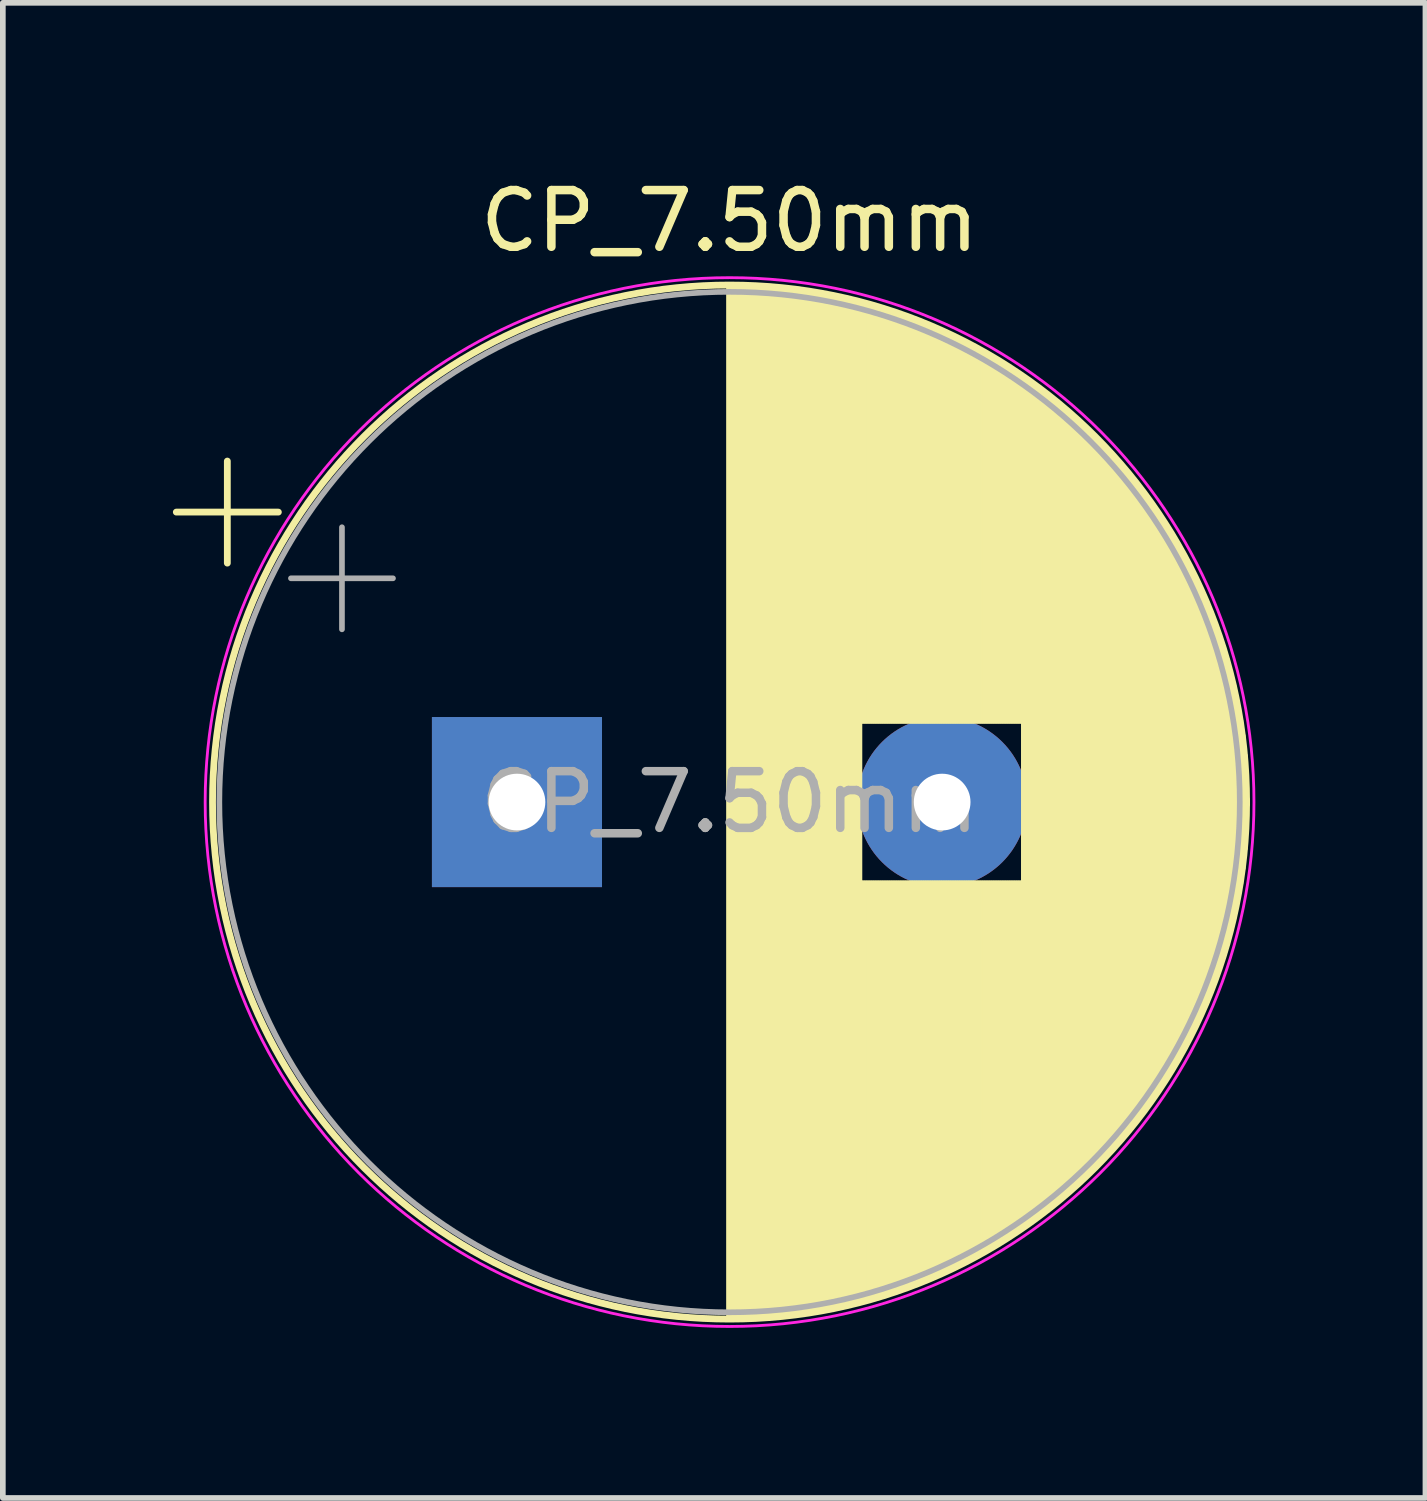
<source format=kicad_pcb>
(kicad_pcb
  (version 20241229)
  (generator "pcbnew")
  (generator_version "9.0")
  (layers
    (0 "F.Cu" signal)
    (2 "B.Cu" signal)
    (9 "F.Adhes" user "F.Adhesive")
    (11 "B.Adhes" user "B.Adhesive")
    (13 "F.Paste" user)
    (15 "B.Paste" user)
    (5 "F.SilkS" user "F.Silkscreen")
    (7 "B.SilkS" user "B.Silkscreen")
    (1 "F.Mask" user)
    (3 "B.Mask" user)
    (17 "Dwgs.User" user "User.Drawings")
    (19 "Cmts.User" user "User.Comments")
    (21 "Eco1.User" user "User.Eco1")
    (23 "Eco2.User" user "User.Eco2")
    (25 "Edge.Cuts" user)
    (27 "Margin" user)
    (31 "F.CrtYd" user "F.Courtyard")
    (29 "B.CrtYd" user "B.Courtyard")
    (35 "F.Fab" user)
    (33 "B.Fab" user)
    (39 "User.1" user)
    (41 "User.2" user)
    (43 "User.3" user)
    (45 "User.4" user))
  (footprint "CP_7.50mm"
    (layer "F.Cu")
    (at 6.069 11.098)
    (property "Reference" "CP_7.50mm" (at 3.75 -10.25 0) (layer "F.SilkS") (effects (font (size 1 1) (thickness 0.15))))
    (attr through_hole)
    (fp_line (start -6.009 -5.115) (end -4.209 -5.115) (stroke (width 0.12) (type solid)) (layer "F.SilkS"))
    (fp_line (start -5.109 -6.015) (end -5.109 -4.215) (stroke (width 0.12) (type solid)) (layer "F.SilkS"))
    (fp_line (start 3.75 -9.081) (end 3.75 9.081) (stroke (width 0.12) (type solid)) (layer "F.SilkS"))
    (fp_line (start 3.79 -9.08) (end 3.79 9.08) (stroke (width 0.12) (type solid)) (layer "F.SilkS"))
    (fp_line (start 3.83 -9.08) (end 3.83 9.08) (stroke (width 0.12) (type solid)) (layer "F.SilkS"))
    (fp_line (start 3.87 -9.08) (end 3.87 9.08) (stroke (width 0.12) (type solid)) (layer "F.SilkS"))
    (fp_line (start 3.91 -9.079) (end 3.91 9.079) (stroke (width 0.12) (type solid)) (layer "F.SilkS"))
    (fp_line (start 3.95 -9.078) (end 3.95 9.078) (stroke (width 0.12) (type solid)) (layer "F.SilkS"))
    (fp_line (start 3.99 -9.077) (end 3.99 9.077) (stroke (width 0.12) (type solid)) (layer "F.SilkS"))
    (fp_line (start 4.03 -9.076) (end 4.03 9.076) (stroke (width 0.12) (type solid)) (layer "F.SilkS"))
    (fp_line (start 4.07 -9.075) (end 4.07 9.075) (stroke (width 0.12) (type solid)) (layer "F.SilkS"))
    (fp_line (start 4.11 -9.073) (end 4.11 9.073) (stroke (width 0.12) (type solid)) (layer "F.SilkS"))
    (fp_line (start 4.15 -9.072) (end 4.15 9.072) (stroke (width 0.12) (type solid)) (layer "F.SilkS"))
    (fp_line (start 4.19 -9.07) (end 4.19 9.07) (stroke (width 0.12) (type solid)) (layer "F.SilkS"))
    (fp_line (start 4.23 -9.068) (end 4.23 9.068) (stroke (width 0.12) (type solid)) (layer "F.SilkS"))
    (fp_line (start 4.27 -9.066) (end 4.27 9.066) (stroke (width 0.12) (type solid)) (layer "F.SilkS"))
    (fp_line (start 4.31 -9.063) (end 4.31 9.063) (stroke (width 0.12) (type solid)) (layer "F.SilkS"))
    (fp_line (start 4.35 -9.061) (end 4.35 9.061) (stroke (width 0.12) (type solid)) (layer "F.SilkS"))
    (fp_line (start 4.39 -9.058) (end 4.39 9.058) (stroke (width 0.12) (type solid)) (layer "F.SilkS"))
    (fp_line (start 4.43 -9.055) (end 4.43 9.055) (stroke (width 0.12) (type solid)) (layer "F.SilkS"))
    (fp_line (start 4.471 -9.052) (end 4.471 9.052) (stroke (width 0.12) (type solid)) (layer "F.SilkS"))
    (fp_line (start 4.511 -9.049) (end 4.511 9.049) (stroke (width 0.12) (type solid)) (layer "F.SilkS"))
    (fp_line (start 4.551 -9.045) (end 4.551 9.045) (stroke (width 0.12) (type solid)) (layer "F.SilkS"))
    (fp_line (start 4.591 -9.042) (end 4.591 9.042) (stroke (width 0.12) (type solid)) (layer "F.SilkS"))
    (fp_line (start 4.631 -9.038) (end 4.631 9.038) (stroke (width 0.12) (type solid)) (layer "F.SilkS"))
    (fp_line (start 4.671 -9.034) (end 4.671 9.034) (stroke (width 0.12) (type solid)) (layer "F.SilkS"))
    (fp_line (start 4.711 -9.03) (end 4.711 9.03) (stroke (width 0.12) (type solid)) (layer "F.SilkS"))
    (fp_line (start 4.751 -9.026) (end 4.751 9.026) (stroke (width 0.12) (type solid)) (layer "F.SilkS"))
    (fp_line (start 4.791 -9.021) (end 4.791 9.021) (stroke (width 0.12) (type solid)) (layer "F.SilkS"))
    (fp_line (start 4.831 -9.016) (end 4.831 9.016) (stroke (width 0.12) (type solid)) (layer "F.SilkS"))
    (fp_line (start 4.871 -9.011) (end 4.871 9.011) (stroke (width 0.12) (type solid)) (layer "F.SilkS"))
    (fp_line (start 4.911 -9.006) (end 4.911 9.006) (stroke (width 0.12) (type solid)) (layer "F.SilkS"))
    (fp_line (start 4.951 -9.001) (end 4.951 9.001) (stroke (width 0.12) (type solid)) (layer "F.SilkS"))
    (fp_line (start 4.991 -8.996) (end 4.991 8.996) (stroke (width 0.12) (type solid)) (layer "F.SilkS"))
    (fp_line (start 5.031 -8.99) (end 5.031 8.99) (stroke (width 0.12) (type solid)) (layer "F.SilkS"))
    (fp_line (start 5.071 -8.984) (end 5.071 8.984) (stroke (width 0.12) (type solid)) (layer "F.SilkS"))
    (fp_line (start 5.111 -8.979) (end 5.111 8.979) (stroke (width 0.12) (type solid)) (layer "F.SilkS"))
    (fp_line (start 5.151 -8.972) (end 5.151 8.972) (stroke (width 0.12) (type solid)) (layer "F.SilkS"))
    (fp_line (start 5.191 -8.966) (end 5.191 8.966) (stroke (width 0.12) (type solid)) (layer "F.SilkS"))
    (fp_line (start 5.231 -8.96) (end 5.231 8.96) (stroke (width 0.12) (type solid)) (layer "F.SilkS"))
    (fp_line (start 5.271 -8.953) (end 5.271 8.953) (stroke (width 0.12) (type solid)) (layer "F.SilkS"))
    (fp_line (start 5.311 -8.946) (end 5.311 8.946) (stroke (width 0.12) (type solid)) (layer "F.SilkS"))
    (fp_line (start 5.351 -8.939) (end 5.351 8.939) (stroke (width 0.12) (type solid)) (layer "F.SilkS"))
    (fp_line (start 5.391 -8.932) (end 5.391 8.932) (stroke (width 0.12) (type solid)) (layer "F.SilkS"))
    (fp_line (start 5.431 -8.924) (end 5.431 8.924) (stroke (width 0.12) (type solid)) (layer "F.SilkS"))
    (fp_line (start 5.471 -8.917) (end 5.471 8.917) (stroke (width 0.12) (type solid)) (layer "F.SilkS"))
    (fp_line (start 5.511 -8.909) (end 5.511 8.909) (stroke (width 0.12) (type solid)) (layer "F.SilkS"))
    (fp_line (start 5.551 -8.901) (end 5.551 8.901) (stroke (width 0.12) (type solid)) (layer "F.SilkS"))
    (fp_line (start 5.591 -8.893) (end 5.591 8.893) (stroke (width 0.12) (type solid)) (layer "F.SilkS"))
    (fp_line (start 5.631 -8.885) (end 5.631 8.885) (stroke (width 0.12) (type solid)) (layer "F.SilkS"))
    (fp_line (start 5.671 -8.876) (end 5.671 8.876) (stroke (width 0.12) (type solid)) (layer "F.SilkS"))
    (fp_line (start 5.711 -8.867) (end 5.711 8.867) (stroke (width 0.12) (type solid)) (layer "F.SilkS"))
    (fp_line (start 5.751 -8.858) (end 5.751 8.858) (stroke (width 0.12) (type solid)) (layer "F.SilkS"))
    (fp_line (start 5.791 -8.849) (end 5.791 8.849) (stroke (width 0.12) (type solid)) (layer "F.SilkS"))
    (fp_line (start 5.831 -8.84) (end 5.831 8.84) (stroke (width 0.12) (type solid)) (layer "F.SilkS"))
    (fp_line (start 5.871 -8.831) (end 5.871 8.831) (stroke (width 0.12) (type solid)) (layer "F.SilkS"))
    (fp_line (start 5.911 -8.821) (end 5.911 8.821) (stroke (width 0.12) (type solid)) (layer "F.SilkS"))
    (fp_line (start 5.951 -8.811) (end 5.951 8.811) (stroke (width 0.12) (type solid)) (layer "F.SilkS"))
    (fp_line (start 5.991 -8.801) (end 5.991 8.801) (stroke (width 0.12) (type solid)) (layer "F.SilkS"))
    (fp_line (start 6.031 -8.791) (end 6.031 8.791) (stroke (width 0.12) (type solid)) (layer "F.SilkS"))
    (fp_line (start 6.071 -8.78) (end 6.071 -1.44) (stroke (width 0.12) (type solid)) (layer "F.SilkS"))
    (fp_line (start 6.071 1.44) (end 6.071 8.78) (stroke (width 0.12) (type solid)) (layer "F.SilkS"))
    (fp_line (start 6.111 -8.77) (end 6.111 -1.44) (stroke (width 0.12) (type solid)) (layer "F.SilkS"))
    (fp_line (start 6.111 1.44) (end 6.111 8.77) (stroke (width 0.12) (type solid)) (layer "F.SilkS"))
    (fp_line (start 6.151 -8.759) (end 6.151 -1.44) (stroke (width 0.12) (type solid)) (layer "F.SilkS"))
    (fp_line (start 6.151 1.44) (end 6.151 8.759) (stroke (width 0.12) (type solid)) (layer "F.SilkS"))
    (fp_line (start 6.191 -8.748) (end 6.191 -1.44) (stroke (width 0.12) (type solid)) (layer "F.SilkS"))
    (fp_line (start 6.191 1.44) (end 6.191 8.748) (stroke (width 0.12) (type solid)) (layer "F.SilkS"))
    (fp_line (start 6.231 -8.737) (end 6.231 -1.44) (stroke (width 0.12) (type solid)) (layer "F.SilkS"))
    (fp_line (start 6.231 1.44) (end 6.231 8.737) (stroke (width 0.12) (type solid)) (layer "F.SilkS"))
    (fp_line (start 6.271 -8.725) (end 6.271 -1.44) (stroke (width 0.12) (type solid)) (layer "F.SilkS"))
    (fp_line (start 6.271 1.44) (end 6.271 8.725) (stroke (width 0.12) (type solid)) (layer "F.SilkS"))
    (fp_line (start 6.311 -8.714) (end 6.311 -1.44) (stroke (width 0.12) (type solid)) (layer "F.SilkS"))
    (fp_line (start 6.311 1.44) (end 6.311 8.714) (stroke (width 0.12) (type solid)) (layer "F.SilkS"))
    (fp_line (start 6.351 -8.702) (end 6.351 -1.44) (stroke (width 0.12) (type solid)) (layer "F.SilkS"))
    (fp_line (start 6.351 1.44) (end 6.351 8.702) (stroke (width 0.12) (type solid)) (layer "F.SilkS"))
    (fp_line (start 6.391 -8.69) (end 6.391 -1.44) (stroke (width 0.12) (type solid)) (layer "F.SilkS"))
    (fp_line (start 6.391 1.44) (end 6.391 8.69) (stroke (width 0.12) (type solid)) (layer "F.SilkS"))
    (fp_line (start 6.431 -8.678) (end 6.431 -1.44) (stroke (width 0.12) (type solid)) (layer "F.SilkS"))
    (fp_line (start 6.431 1.44) (end 6.431 8.678) (stroke (width 0.12) (type solid)) (layer "F.SilkS"))
    (fp_line (start 6.471 -8.665) (end 6.471 -1.44) (stroke (width 0.12) (type solid)) (layer "F.SilkS"))
    (fp_line (start 6.471 1.44) (end 6.471 8.665) (stroke (width 0.12) (type solid)) (layer "F.SilkS"))
    (fp_line (start 6.511 -8.653) (end 6.511 -1.44) (stroke (width 0.12) (type solid)) (layer "F.SilkS"))
    (fp_line (start 6.511 1.44) (end 6.511 8.653) (stroke (width 0.12) (type solid)) (layer "F.SilkS"))
    (fp_line (start 6.551 -8.64) (end 6.551 -1.44) (stroke (width 0.12) (type solid)) (layer "F.SilkS"))
    (fp_line (start 6.551 1.44) (end 6.551 8.64) (stroke (width 0.12) (type solid)) (layer "F.SilkS"))
    (fp_line (start 6.591 -8.627) (end 6.591 -1.44) (stroke (width 0.12) (type solid)) (layer "F.SilkS"))
    (fp_line (start 6.591 1.44) (end 6.591 8.627) (stroke (width 0.12) (type solid)) (layer "F.SilkS"))
    (fp_line (start 6.631 -8.614) (end 6.631 -1.44) (stroke (width 0.12) (type solid)) (layer "F.SilkS"))
    (fp_line (start 6.631 1.44) (end 6.631 8.614) (stroke (width 0.12) (type solid)) (layer "F.SilkS"))
    (fp_line (start 6.671 -8.6) (end 6.671 -1.44) (stroke (width 0.12) (type solid)) (layer "F.SilkS"))
    (fp_line (start 6.671 1.44) (end 6.671 8.6) (stroke (width 0.12) (type solid)) (layer "F.SilkS"))
    (fp_line (start 6.711 -8.587) (end 6.711 -1.44) (stroke (width 0.12) (type solid)) (layer "F.SilkS"))
    (fp_line (start 6.711 1.44) (end 6.711 8.587) (stroke (width 0.12) (type solid)) (layer "F.SilkS"))
    (fp_line (start 6.751 -8.573) (end 6.751 -1.44) (stroke (width 0.12) (type solid)) (layer "F.SilkS"))
    (fp_line (start 6.751 1.44) (end 6.751 8.573) (stroke (width 0.12) (type solid)) (layer "F.SilkS"))
    (fp_line (start 6.791 -8.559) (end 6.791 -1.44) (stroke (width 0.12) (type solid)) (layer "F.SilkS"))
    (fp_line (start 6.791 1.44) (end 6.791 8.559) (stroke (width 0.12) (type solid)) (layer "F.SilkS"))
    (fp_line (start 6.831 -8.545) (end 6.831 -1.44) (stroke (width 0.12) (type solid)) (layer "F.SilkS"))
    (fp_line (start 6.831 1.44) (end 6.831 8.545) (stroke (width 0.12) (type solid)) (layer "F.SilkS"))
    (fp_line (start 6.871 -8.53) (end 6.871 -1.44) (stroke (width 0.12) (type solid)) (layer "F.SilkS"))
    (fp_line (start 6.871 1.44) (end 6.871 8.53) (stroke (width 0.12) (type solid)) (layer "F.SilkS"))
    (fp_line (start 6.911 -8.516) (end 6.911 -1.44) (stroke (width 0.12) (type solid)) (layer "F.SilkS"))
    (fp_line (start 6.911 1.44) (end 6.911 8.516) (stroke (width 0.12) (type solid)) (layer "F.SilkS"))
    (fp_line (start 6.951 -8.501) (end 6.951 -1.44) (stroke (width 0.12) (type solid)) (layer "F.SilkS"))
    (fp_line (start 6.951 1.44) (end 6.951 8.501) (stroke (width 0.12) (type solid)) (layer "F.SilkS"))
    (fp_line (start 6.991 -8.486) (end 6.991 -1.44) (stroke (width 0.12) (type solid)) (layer "F.SilkS"))
    (fp_line (start 6.991 1.44) (end 6.991 8.486) (stroke (width 0.12) (type solid)) (layer "F.SilkS"))
    (fp_line (start 7.031 -8.47) (end 7.031 -1.44) (stroke (width 0.12) (type solid)) (layer "F.SilkS"))
    (fp_line (start 7.031 1.44) (end 7.031 8.47) (stroke (width 0.12) (type solid)) (layer "F.SilkS"))
    (fp_line (start 7.071 -8.455) (end 7.071 -1.44) (stroke (width 0.12) (type solid)) (layer "F.SilkS"))
    (fp_line (start 7.071 1.44) (end 7.071 8.455) (stroke (width 0.12) (type solid)) (layer "F.SilkS"))
    (fp_line (start 7.111 -8.439) (end 7.111 -1.44) (stroke (width 0.12) (type solid)) (layer "F.SilkS"))
    (fp_line (start 7.111 1.44) (end 7.111 8.439) (stroke (width 0.12) (type solid)) (layer "F.SilkS"))
    (fp_line (start 7.151 -8.423) (end 7.151 -1.44) (stroke (width 0.12) (type solid)) (layer "F.SilkS"))
    (fp_line (start 7.151 1.44) (end 7.151 8.423) (stroke (width 0.12) (type solid)) (layer "F.SilkS"))
    (fp_line (start 7.191 -8.407) (end 7.191 -1.44) (stroke (width 0.12) (type solid)) (layer "F.SilkS"))
    (fp_line (start 7.191 1.44) (end 7.191 8.407) (stroke (width 0.12) (type solid)) (layer "F.SilkS"))
    (fp_line (start 7.231 -8.39) (end 7.231 -1.44) (stroke (width 0.12) (type solid)) (layer "F.SilkS"))
    (fp_line (start 7.231 1.44) (end 7.231 8.39) (stroke (width 0.12) (type solid)) (layer "F.SilkS"))
    (fp_line (start 7.271 -8.374) (end 7.271 -1.44) (stroke (width 0.12) (type solid)) (layer "F.SilkS"))
    (fp_line (start 7.271 1.44) (end 7.271 8.374) (stroke (width 0.12) (type solid)) (layer "F.SilkS"))
    (fp_line (start 7.311 -8.357) (end 7.311 -1.44) (stroke (width 0.12) (type solid)) (layer "F.SilkS"))
    (fp_line (start 7.311 1.44) (end 7.311 8.357) (stroke (width 0.12) (type solid)) (layer "F.SilkS"))
    (fp_line (start 7.351 -8.34) (end 7.351 -1.44) (stroke (width 0.12) (type solid)) (layer "F.SilkS"))
    (fp_line (start 7.351 1.44) (end 7.351 8.34) (stroke (width 0.12) (type solid)) (layer "F.SilkS"))
    (fp_line (start 7.391 -8.323) (end 7.391 -1.44) (stroke (width 0.12) (type solid)) (layer "F.SilkS"))
    (fp_line (start 7.391 1.44) (end 7.391 8.323) (stroke (width 0.12) (type solid)) (layer "F.SilkS"))
    (fp_line (start 7.431 -8.305) (end 7.431 -1.44) (stroke (width 0.12) (type solid)) (layer "F.SilkS"))
    (fp_line (start 7.431 1.44) (end 7.431 8.305) (stroke (width 0.12) (type solid)) (layer "F.SilkS"))
    (fp_line (start 7.471 -8.287) (end 7.471 -1.44) (stroke (width 0.12) (type solid)) (layer "F.SilkS"))
    (fp_line (start 7.471 1.44) (end 7.471 8.287) (stroke (width 0.12) (type solid)) (layer "F.SilkS"))
    (fp_line (start 7.511 -8.269) (end 7.511 -1.44) (stroke (width 0.12) (type solid)) (layer "F.SilkS"))
    (fp_line (start 7.511 1.44) (end 7.511 8.269) (stroke (width 0.12) (type solid)) (layer "F.SilkS"))
    (fp_line (start 7.551 -8.251) (end 7.551 -1.44) (stroke (width 0.12) (type solid)) (layer "F.SilkS"))
    (fp_line (start 7.551 1.44) (end 7.551 8.251) (stroke (width 0.12) (type solid)) (layer "F.SilkS"))
    (fp_line (start 7.591 -8.233) (end 7.591 -1.44) (stroke (width 0.12) (type solid)) (layer "F.SilkS"))
    (fp_line (start 7.591 1.44) (end 7.591 8.233) (stroke (width 0.12) (type solid)) (layer "F.SilkS"))
    (fp_line (start 7.631 -8.214) (end 7.631 -1.44) (stroke (width 0.12) (type solid)) (layer "F.SilkS"))
    (fp_line (start 7.631 1.44) (end 7.631 8.214) (stroke (width 0.12) (type solid)) (layer "F.SilkS"))
    (fp_line (start 7.671 -8.195) (end 7.671 -1.44) (stroke (width 0.12) (type solid)) (layer "F.SilkS"))
    (fp_line (start 7.671 1.44) (end 7.671 8.195) (stroke (width 0.12) (type solid)) (layer "F.SilkS"))
    (fp_line (start 7.711 -8.176) (end 7.711 -1.44) (stroke (width 0.12) (type solid)) (layer "F.SilkS"))
    (fp_line (start 7.711 1.44) (end 7.711 8.176) (stroke (width 0.12) (type solid)) (layer "F.SilkS"))
    (fp_line (start 7.751 -8.156) (end 7.751 -1.44) (stroke (width 0.12) (type solid)) (layer "F.SilkS"))
    (fp_line (start 7.751 1.44) (end 7.751 8.156) (stroke (width 0.12) (type solid)) (layer "F.SilkS"))
    (fp_line (start 7.791 -8.137) (end 7.791 -1.44) (stroke (width 0.12) (type solid)) (layer "F.SilkS"))
    (fp_line (start 7.791 1.44) (end 7.791 8.137) (stroke (width 0.12) (type solid)) (layer "F.SilkS"))
    (fp_line (start 7.831 -8.117) (end 7.831 -1.44) (stroke (width 0.12) (type solid)) (layer "F.SilkS"))
    (fp_line (start 7.831 1.44) (end 7.831 8.117) (stroke (width 0.12) (type solid)) (layer "F.SilkS"))
    (fp_line (start 7.871 -8.097) (end 7.871 -1.44) (stroke (width 0.12) (type solid)) (layer "F.SilkS"))
    (fp_line (start 7.871 1.44) (end 7.871 8.097) (stroke (width 0.12) (type solid)) (layer "F.SilkS"))
    (fp_line (start 7.911 -8.076) (end 7.911 -1.44) (stroke (width 0.12) (type solid)) (layer "F.SilkS"))
    (fp_line (start 7.911 1.44) (end 7.911 8.076) (stroke (width 0.12) (type solid)) (layer "F.SilkS"))
    (fp_line (start 7.951 -8.056) (end 7.951 -1.44) (stroke (width 0.12) (type solid)) (layer "F.SilkS"))
    (fp_line (start 7.951 1.44) (end 7.951 8.056) (stroke (width 0.12) (type solid)) (layer "F.SilkS"))
    (fp_line (start 7.991 -8.035) (end 7.991 -1.44) (stroke (width 0.12) (type solid)) (layer "F.SilkS"))
    (fp_line (start 7.991 1.44) (end 7.991 8.035) (stroke (width 0.12) (type solid)) (layer "F.SilkS"))
    (fp_line (start 8.031 -8.014) (end 8.031 -1.44) (stroke (width 0.12) (type solid)) (layer "F.SilkS"))
    (fp_line (start 8.031 1.44) (end 8.031 8.014) (stroke (width 0.12) (type solid)) (layer "F.SilkS"))
    (fp_line (start 8.071 -7.992) (end 8.071 -1.44) (stroke (width 0.12) (type solid)) (layer "F.SilkS"))
    (fp_line (start 8.071 1.44) (end 8.071 7.992) (stroke (width 0.12) (type solid)) (layer "F.SilkS"))
    (fp_line (start 8.111 -7.971) (end 8.111 -1.44) (stroke (width 0.12) (type solid)) (layer "F.SilkS"))
    (fp_line (start 8.111 1.44) (end 8.111 7.971) (stroke (width 0.12) (type solid)) (layer "F.SilkS"))
    (fp_line (start 8.151 -7.949) (end 8.151 -1.44) (stroke (width 0.12) (type solid)) (layer "F.SilkS"))
    (fp_line (start 8.151 1.44) (end 8.151 7.949) (stroke (width 0.12) (type solid)) (layer "F.SilkS"))
    (fp_line (start 8.191 -7.927) (end 8.191 -1.44) (stroke (width 0.12) (type solid)) (layer "F.SilkS"))
    (fp_line (start 8.191 1.44) (end 8.191 7.927) (stroke (width 0.12) (type solid)) (layer "F.SilkS"))
    (fp_line (start 8.231 -7.904) (end 8.231 -1.44) (stroke (width 0.12) (type solid)) (layer "F.SilkS"))
    (fp_line (start 8.231 1.44) (end 8.231 7.904) (stroke (width 0.12) (type solid)) (layer "F.SilkS"))
    (fp_line (start 8.271 -7.882) (end 8.271 -1.44) (stroke (width 0.12) (type solid)) (layer "F.SilkS"))
    (fp_line (start 8.271 1.44) (end 8.271 7.882) (stroke (width 0.12) (type solid)) (layer "F.SilkS"))
    (fp_line (start 8.311 -7.859) (end 8.311 -1.44) (stroke (width 0.12) (type solid)) (layer "F.SilkS"))
    (fp_line (start 8.311 1.44) (end 8.311 7.859) (stroke (width 0.12) (type solid)) (layer "F.SilkS"))
    (fp_line (start 8.351 -7.835) (end 8.351 -1.44) (stroke (width 0.12) (type solid)) (layer "F.SilkS"))
    (fp_line (start 8.351 1.44) (end 8.351 7.835) (stroke (width 0.12) (type solid)) (layer "F.SilkS"))
    (fp_line (start 8.391 -7.812) (end 8.391 -1.44) (stroke (width 0.12) (type solid)) (layer "F.SilkS"))
    (fp_line (start 8.391 1.44) (end 8.391 7.812) (stroke (width 0.12) (type solid)) (layer "F.SilkS"))
    (fp_line (start 8.431 -7.788) (end 8.431 -1.44) (stroke (width 0.12) (type solid)) (layer "F.SilkS"))
    (fp_line (start 8.431 1.44) (end 8.431 7.788) (stroke (width 0.12) (type solid)) (layer "F.SilkS"))
    (fp_line (start 8.471 -7.764) (end 8.471 -1.44) (stroke (width 0.12) (type solid)) (layer "F.SilkS"))
    (fp_line (start 8.471 1.44) (end 8.471 7.764) (stroke (width 0.12) (type solid)) (layer "F.SilkS"))
    (fp_line (start 8.511 -7.74) (end 8.511 -1.44) (stroke (width 0.12) (type solid)) (layer "F.SilkS"))
    (fp_line (start 8.511 1.44) (end 8.511 7.74) (stroke (width 0.12) (type solid)) (layer "F.SilkS"))
    (fp_line (start 8.551 -7.715) (end 8.551 -1.44) (stroke (width 0.12) (type solid)) (layer "F.SilkS"))
    (fp_line (start 8.551 1.44) (end 8.551 7.715) (stroke (width 0.12) (type solid)) (layer "F.SilkS"))
    (fp_line (start 8.591 -7.69) (end 8.591 -1.44) (stroke (width 0.12) (type solid)) (layer "F.SilkS"))
    (fp_line (start 8.591 1.44) (end 8.591 7.69) (stroke (width 0.12) (type solid)) (layer "F.SilkS"))
    (fp_line (start 8.631 -7.665) (end 8.631 -1.44) (stroke (width 0.12) (type solid)) (layer "F.SilkS"))
    (fp_line (start 8.631 1.44) (end 8.631 7.665) (stroke (width 0.12) (type solid)) (layer "F.SilkS"))
    (fp_line (start 8.671 -7.64) (end 8.671 -1.44) (stroke (width 0.12) (type solid)) (layer "F.SilkS"))
    (fp_line (start 8.671 1.44) (end 8.671 7.64) (stroke (width 0.12) (type solid)) (layer "F.SilkS"))
    (fp_line (start 8.711 -7.614) (end 8.711 -1.44) (stroke (width 0.12) (type solid)) (layer "F.SilkS"))
    (fp_line (start 8.711 1.44) (end 8.711 7.614) (stroke (width 0.12) (type solid)) (layer "F.SilkS"))
    (fp_line (start 8.751 -7.588) (end 8.751 -1.44) (stroke (width 0.12) (type solid)) (layer "F.SilkS"))
    (fp_line (start 8.751 1.44) (end 8.751 7.588) (stroke (width 0.12) (type solid)) (layer "F.SilkS"))
    (fp_line (start 8.791 -7.561) (end 8.791 -1.44) (stroke (width 0.12) (type solid)) (layer "F.SilkS"))
    (fp_line (start 8.791 1.44) (end 8.791 7.561) (stroke (width 0.12) (type solid)) (layer "F.SilkS"))
    (fp_line (start 8.831 -7.535) (end 8.831 -1.44) (stroke (width 0.12) (type solid)) (layer "F.SilkS"))
    (fp_line (start 8.831 1.44) (end 8.831 7.535) (stroke (width 0.12) (type solid)) (layer "F.SilkS"))
    (fp_line (start 8.871 -7.508) (end 8.871 -1.44) (stroke (width 0.12) (type solid)) (layer "F.SilkS"))
    (fp_line (start 8.871 1.44) (end 8.871 7.508) (stroke (width 0.12) (type solid)) (layer "F.SilkS"))
    (fp_line (start 8.911 -7.48) (end 8.911 -1.44) (stroke (width 0.12) (type solid)) (layer "F.SilkS"))
    (fp_line (start 8.911 1.44) (end 8.911 7.48) (stroke (width 0.12) (type solid)) (layer "F.SilkS"))
    (fp_line (start 8.951 -7.453) (end 8.951 7.453) (stroke (width 0.12) (type solid)) (layer "F.SilkS"))
    (fp_line (start 8.991 -7.425) (end 8.991 7.425) (stroke (width 0.12) (type solid)) (layer "F.SilkS"))
    (fp_line (start 9.031 -7.397) (end 9.031 7.397) (stroke (width 0.12) (type solid)) (layer "F.SilkS"))
    (fp_line (start 9.071 -7.368) (end 9.071 7.368) (stroke (width 0.12) (type solid)) (layer "F.SilkS"))
    (fp_line (start 9.111 -7.339) (end 9.111 7.339) (stroke (width 0.12) (type solid)) (layer "F.SilkS"))
    (fp_line (start 9.151 -7.31) (end 9.151 7.31) (stroke (width 0.12) (type solid)) (layer "F.SilkS"))
    (fp_line (start 9.191 -7.28) (end 9.191 7.28) (stroke (width 0.12) (type solid)) (layer "F.SilkS"))
    (fp_line (start 9.231 -7.25) (end 9.231 7.25) (stroke (width 0.12) (type solid)) (layer "F.SilkS"))
    (fp_line (start 9.271 -7.22) (end 9.271 7.22) (stroke (width 0.12) (type solid)) (layer "F.SilkS"))
    (fp_line (start 9.311 -7.19) (end 9.311 7.19) (stroke (width 0.12) (type solid)) (layer "F.SilkS"))
    (fp_line (start 9.351 -7.159) (end 9.351 7.159) (stroke (width 0.12) (type solid)) (layer "F.SilkS"))
    (fp_line (start 9.391 -7.127) (end 9.391 7.127) (stroke (width 0.12) (type solid)) (layer "F.SilkS"))
    (fp_line (start 9.431 -7.096) (end 9.431 7.096) (stroke (width 0.12) (type solid)) (layer "F.SilkS"))
    (fp_line (start 9.471 -7.064) (end 9.471 7.064) (stroke (width 0.12) (type solid)) (layer "F.SilkS"))
    (fp_line (start 9.511 -7.031) (end 9.511 7.031) (stroke (width 0.12) (type solid)) (layer "F.SilkS"))
    (fp_line (start 9.551 -6.999) (end 9.551 6.999) (stroke (width 0.12) (type solid)) (layer "F.SilkS"))
    (fp_line (start 9.591 -6.965) (end 9.591 6.965) (stroke (width 0.12) (type solid)) (layer "F.SilkS"))
    (fp_line (start 9.631 -6.932) (end 9.631 6.932) (stroke (width 0.12) (type solid)) (layer "F.SilkS"))
    (fp_line (start 9.671 -6.898) (end 9.671 6.898) (stroke (width 0.12) (type solid)) (layer "F.SilkS"))
    (fp_line (start 9.711 -6.864) (end 9.711 6.864) (stroke (width 0.12) (type solid)) (layer "F.SilkS"))
    (fp_line (start 9.751 -6.829) (end 9.751 6.829) (stroke (width 0.12) (type solid)) (layer "F.SilkS"))
    (fp_line (start 9.791 -6.794) (end 9.791 6.794) (stroke (width 0.12) (type solid)) (layer "F.SilkS"))
    (fp_line (start 9.831 -6.758) (end 9.831 6.758) (stroke (width 0.12) (type solid)) (layer "F.SilkS"))
    (fp_line (start 9.871 -6.722) (end 9.871 6.722) (stroke (width 0.12) (type solid)) (layer "F.SilkS"))
    (fp_line (start 9.911 -6.686) (end 9.911 6.686) (stroke (width 0.12) (type solid)) (layer "F.SilkS"))
    (fp_line (start 9.951 -6.649) (end 9.951 6.649) (stroke (width 0.12) (type solid)) (layer "F.SilkS"))
    (fp_line (start 9.991 -6.612) (end 9.991 6.612) (stroke (width 0.12) (type solid)) (layer "F.SilkS"))
    (fp_line (start 10.031 -6.574) (end 10.031 6.574) (stroke (width 0.12) (type solid)) (layer "F.SilkS"))
    (fp_line (start 10.071 -6.536) (end 10.071 6.536) (stroke (width 0.12) (type solid)) (layer "F.SilkS"))
    (fp_line (start 10.111 -6.497) (end 10.111 6.497) (stroke (width 0.12) (type solid)) (layer "F.SilkS"))
    (fp_line (start 10.151 -6.458) (end 10.151 6.458) (stroke (width 0.12) (type solid)) (layer "F.SilkS"))
    (fp_line (start 10.191 -6.418) (end 10.191 6.418) (stroke (width 0.12) (type solid)) (layer "F.SilkS"))
    (fp_line (start 10.231 -6.378) (end 10.231 6.378) (stroke (width 0.12) (type solid)) (layer "F.SilkS"))
    (fp_line (start 10.271 -6.337) (end 10.271 6.337) (stroke (width 0.12) (type solid)) (layer "F.SilkS"))
    (fp_line (start 10.311 -6.296) (end 10.311 6.296) (stroke (width 0.12) (type solid)) (layer "F.SilkS"))
    (fp_line (start 10.351 -6.254) (end 10.351 6.254) (stroke (width 0.12) (type solid)) (layer "F.SilkS"))
    (fp_line (start 10.391 -6.212) (end 10.391 6.212) (stroke (width 0.12) (type solid)) (layer "F.SilkS"))
    (fp_line (start 10.431 -6.17) (end 10.431 6.17) (stroke (width 0.12) (type solid)) (layer "F.SilkS"))
    (fp_line (start 10.471 -6.126) (end 10.471 6.126) (stroke (width 0.12) (type solid)) (layer "F.SilkS"))
    (fp_line (start 10.511 -6.082) (end 10.511 6.082) (stroke (width 0.12) (type solid)) (layer "F.SilkS"))
    (fp_line (start 10.551 -6.038) (end 10.551 6.038) (stroke (width 0.12) (type solid)) (layer "F.SilkS"))
    (fp_line (start 10.591 -5.993) (end 10.591 5.993) (stroke (width 0.12) (type solid)) (layer "F.SilkS"))
    (fp_line (start 10.631 -5.947) (end 10.631 5.947) (stroke (width 0.12) (type solid)) (layer "F.SilkS"))
    (fp_line (start 10.671 -5.901) (end 10.671 5.901) (stroke (width 0.12) (type solid)) (layer "F.SilkS"))
    (fp_line (start 10.711 -5.854) (end 10.711 5.854) (stroke (width 0.12) (type solid)) (layer "F.SilkS"))
    (fp_line (start 10.751 -5.806) (end 10.751 5.806) (stroke (width 0.12) (type solid)) (layer "F.SilkS"))
    (fp_line (start 10.791 -5.758) (end 10.791 5.758) (stroke (width 0.12) (type solid)) (layer "F.SilkS"))
    (fp_line (start 10.831 -5.709) (end 10.831 5.709) (stroke (width 0.12) (type solid)) (layer "F.SilkS"))
    (fp_line (start 10.871 -5.66) (end 10.871 5.66) (stroke (width 0.12) (type solid)) (layer "F.SilkS"))
    (fp_line (start 10.911 -5.609) (end 10.911 5.609) (stroke (width 0.12) (type solid)) (layer "F.SilkS"))
    (fp_line (start 10.951 -5.558) (end 10.951 5.558) (stroke (width 0.12) (type solid)) (layer "F.SilkS"))
    (fp_line (start 10.991 -5.506) (end 10.991 5.506) (stroke (width 0.12) (type solid)) (layer "F.SilkS"))
    (fp_line (start 11.031 -5.454) (end 11.031 5.454) (stroke (width 0.12) (type solid)) (layer "F.SilkS"))
    (fp_line (start 11.071 -5.4) (end 11.071 5.4) (stroke (width 0.12) (type solid)) (layer "F.SilkS"))
    (fp_line (start 11.111 -5.346) (end 11.111 5.346) (stroke (width 0.12) (type solid)) (layer "F.SilkS"))
    (fp_line (start 11.151 -5.291) (end 11.151 5.291) (stroke (width 0.12) (type solid)) (layer "F.SilkS"))
    (fp_line (start 11.191 -5.235) (end 11.191 5.235) (stroke (width 0.12) (type solid)) (layer "F.SilkS"))
    (fp_line (start 11.231 -5.178) (end 11.231 5.178) (stroke (width 0.12) (type solid)) (layer "F.SilkS"))
    (fp_line (start 11.271 -5.12) (end 11.271 5.12) (stroke (width 0.12) (type solid)) (layer "F.SilkS"))
    (fp_line (start 11.311 -5.062) (end 11.311 5.062) (stroke (width 0.12) (type solid)) (layer "F.SilkS"))
    (fp_line (start 11.351 -5.002) (end 11.351 5.002) (stroke (width 0.12) (type solid)) (layer "F.SilkS"))
    (fp_line (start 11.391 -4.941) (end 11.391 4.941) (stroke (width 0.12) (type solid)) (layer "F.SilkS"))
    (fp_line (start 11.431 -4.879) (end 11.431 4.879) (stroke (width 0.12) (type solid)) (layer "F.SilkS"))
    (fp_line (start 11.471 -4.816) (end 11.471 4.816) (stroke (width 0.12) (type solid)) (layer "F.SilkS"))
    (fp_line (start 11.511 -4.752) (end 11.511 4.752) (stroke (width 0.12) (type solid)) (layer "F.SilkS"))
    (fp_line (start 11.551 -4.686) (end 11.551 4.686) (stroke (width 0.12) (type solid)) (layer "F.SilkS"))
    (fp_line (start 11.591 -4.62) (end 11.591 4.62) (stroke (width 0.12) (type solid)) (layer "F.SilkS"))
    (fp_line (start 11.631 -4.552) (end 11.631 4.552) (stroke (width 0.12) (type solid)) (layer "F.SilkS"))
    (fp_line (start 11.671 -4.482) (end 11.671 4.482) (stroke (width 0.12) (type solid)) (layer "F.SilkS"))
    (fp_line (start 11.711 -4.412) (end 11.711 4.412) (stroke (width 0.12) (type solid)) (layer "F.SilkS"))
    (fp_line (start 11.751 -4.339) (end 11.751 4.339) (stroke (width 0.12) (type solid)) (layer "F.SilkS"))
    (fp_line (start 11.791 -4.265) (end 11.791 4.265) (stroke (width 0.12) (type solid)) (layer "F.SilkS"))
    (fp_line (start 11.831 -4.19) (end 11.831 4.19) (stroke (width 0.12) (type solid)) (layer "F.SilkS"))
    (fp_line (start 11.871 -4.113) (end 11.871 4.113) (stroke (width 0.12) (type solid)) (layer "F.SilkS"))
    (fp_line (start 11.911 -4.033) (end 11.911 4.033) (stroke (width 0.12) (type solid)) (layer "F.SilkS"))
    (fp_line (start 11.95 -3.952) (end 11.95 3.952) (stroke (width 0.12) (type solid)) (layer "F.SilkS"))
    (fp_line (start 11.99 -3.869) (end 11.99 3.869) (stroke (width 0.12) (type solid)) (layer "F.SilkS"))
    (fp_line (start 12.03 -3.784) (end 12.03 3.784) (stroke (width 0.12) (type solid)) (layer "F.SilkS"))
    (fp_line (start 12.07 -3.696) (end 12.07 3.696) (stroke (width 0.12) (type solid)) (layer "F.SilkS"))
    (fp_line (start 12.11 -3.605) (end 12.11 3.605) (stroke (width 0.12) (type solid)) (layer "F.SilkS"))
    (fp_line (start 12.15 -3.512) (end 12.15 3.512) (stroke (width 0.12) (type solid)) (layer "F.SilkS"))
    (fp_line (start 12.19 -3.416) (end 12.19 3.416) (stroke (width 0.12) (type solid)) (layer "F.SilkS"))
    (fp_line (start 12.23 -3.317) (end 12.23 3.317) (stroke (width 0.12) (type solid)) (layer "F.SilkS"))
    (fp_line (start 12.27 -3.214) (end 12.27 3.214) (stroke (width 0.12) (type solid)) (layer "F.SilkS"))
    (fp_line (start 12.31 -3.107) (end 12.31 3.107) (stroke (width 0.12) (type solid)) (layer "F.SilkS"))
    (fp_line (start 12.35 -2.996) (end 12.35 2.996) (stroke (width 0.12) (type solid)) (layer "F.SilkS"))
    (fp_line (start 12.39 -2.88) (end 12.39 2.88) (stroke (width 0.12) (type solid)) (layer "F.SilkS"))
    (fp_line (start 12.43 -2.759) (end 12.43 2.759) (stroke (width 0.12) (type solid)) (layer "F.SilkS"))
    (fp_line (start 12.47 -2.632) (end 12.47 2.632) (stroke (width 0.12) (type solid)) (layer "F.SilkS"))
    (fp_line (start 12.51 -2.498) (end 12.51 2.498) (stroke (width 0.12) (type solid)) (layer "F.SilkS"))
    (fp_line (start 12.55 -2.355) (end 12.55 2.355) (stroke (width 0.12) (type solid)) (layer "F.SilkS"))
    (fp_line (start 12.59 -2.203) (end 12.59 2.203) (stroke (width 0.12) (type solid)) (layer "F.SilkS"))
    (fp_line (start 12.63 -2.039) (end 12.63 2.039) (stroke (width 0.12) (type solid)) (layer "F.SilkS"))
    (fp_line (start 12.67 -1.86) (end 12.67 1.86) (stroke (width 0.12) (type solid)) (layer "F.SilkS"))
    (fp_line (start 12.71 -1.661) (end 12.71 1.661) (stroke (width 0.12) (type solid)) (layer "F.SilkS"))
    (fp_line (start 12.75 -1.435) (end 12.75 1.435) (stroke (width 0.12) (type solid)) (layer "F.SilkS"))
    (fp_line (start 12.79 -1.166) (end 12.79 1.166) (stroke (width 0.12) (type solid)) (layer "F.SilkS"))
    (fp_line (start 12.83 -0.814) (end 12.83 0.814) (stroke (width 0.12) (type solid)) (layer "F.SilkS"))
    (fp_line (start 12.87 -0.04) (end 12.87 0.04) (stroke (width 0.12) (type solid)) (layer "F.SilkS"))
    (fp_circle (center 3.75 0) (end 12.87 0) (stroke (width 0.12) (type solid)) (fill no) (layer "F.SilkS"))
    (fp_circle (center 3.75 0) (end 13 0) (stroke (width 0.05) (type solid)) (fill no) (layer "F.CrtYd"))
    (fp_line (start -3.987 -3.947) (end -2.187 -3.947) (stroke (width 0.1) (type solid)) (layer "F.Fab"))
    (fp_line (start -3.087 -4.848) (end -3.087 -3.047) (stroke (width 0.1) (type solid)) (layer "F.Fab"))
    (fp_circle (center 3.75 0) (end 12.75 0) (stroke (width 0.1) (type solid)) (fill no) (layer "F.Fab"))
    (fp_text user "${REFERENCE}" (at 3.75 0 0) (layer "F.Fab") (effects (font (size 1 1) (thickness 0.15))))
    (pad "1" thru_hole rect (at 0 0) (size 3 3) (drill 1) (layers "*.Cu" "*.Mask"))
    (pad "2" thru_hole circle (at 7.5 0) (size 3 3) (drill 1) (layers "*.Cu" "*.Mask")))
  (gr_rect
    (start -3 -3)
    (end 22.094 23.373)
    (stroke (width 0.1) (type default))
    (fill no)
    (layer "Edge.Cuts")))
</source>
